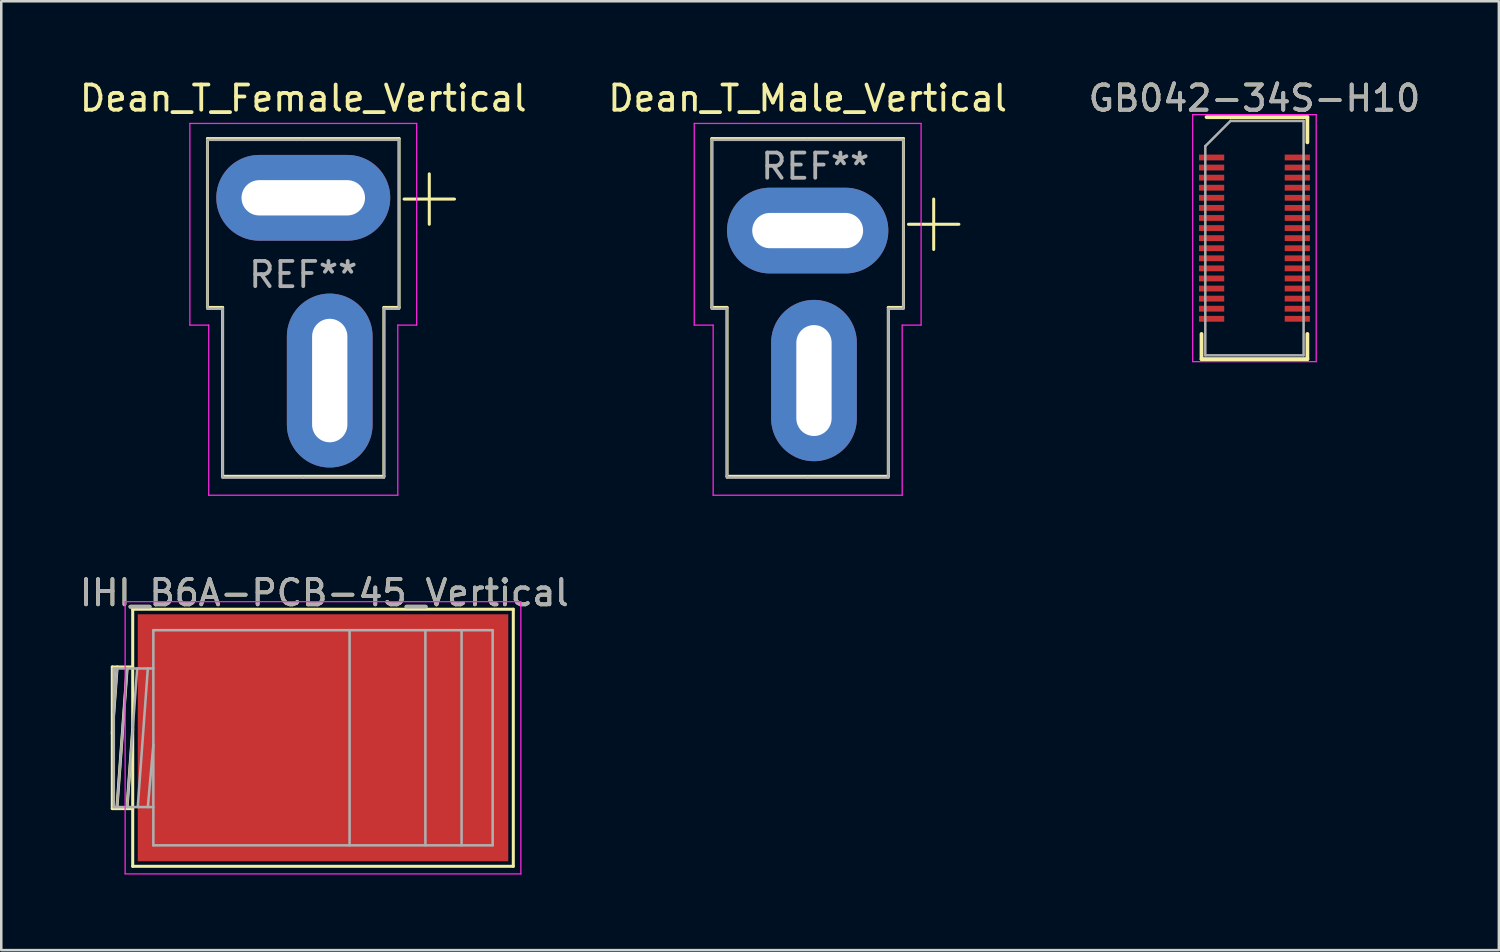
<source format=kicad_pcb>
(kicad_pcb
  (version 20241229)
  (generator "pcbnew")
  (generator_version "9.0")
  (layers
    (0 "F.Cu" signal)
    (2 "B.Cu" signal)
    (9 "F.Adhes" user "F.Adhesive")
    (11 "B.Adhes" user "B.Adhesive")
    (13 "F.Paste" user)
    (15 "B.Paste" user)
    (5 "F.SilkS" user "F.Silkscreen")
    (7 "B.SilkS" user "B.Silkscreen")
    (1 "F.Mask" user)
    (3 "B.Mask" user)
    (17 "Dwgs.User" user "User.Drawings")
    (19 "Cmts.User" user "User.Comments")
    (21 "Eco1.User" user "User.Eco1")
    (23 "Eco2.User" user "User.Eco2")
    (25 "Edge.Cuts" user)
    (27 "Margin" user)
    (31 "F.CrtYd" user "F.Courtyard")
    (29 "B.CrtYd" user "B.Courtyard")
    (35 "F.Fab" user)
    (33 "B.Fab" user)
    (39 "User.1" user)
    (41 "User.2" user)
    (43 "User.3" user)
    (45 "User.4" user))
  (footprint "Dean_T_Female_Vertical"
    (layer "F.Cu")
    (at 8.982 8.348)
    (property "Reference" "Dean_T_Female_Vertical" (at 0 -7.5 0) (layer "F.SilkS") (effects (font (size 1 1) (thickness 0.15))))
    (attr through_hole)
    (fp_line (start -3.8 -5.9) (end 3.8 -5.9) (stroke (width 0.12) (type solid)) (layer "F.SilkS"))
    (fp_line (start -3.8 0.8) (end -3.8 -5.9) (stroke (width 0.12) (type solid)) (layer "F.SilkS"))
    (fp_line (start -3.2 0.8) (end -3.8 0.8) (stroke (width 0.12) (type solid)) (layer "F.SilkS"))
    (fp_line (start -3.2 7.5) (end -3.2 0.8) (stroke (width 0.12) (type solid)) (layer "F.SilkS"))
    (fp_line (start 3.2 0.8) (end 3.2 7.5) (stroke (width 0.12) (type solid)) (layer "F.SilkS"))
    (fp_line (start 3.2 0.8) (end 3.8 0.8) (stroke (width 0.12) (type solid)) (layer "F.SilkS"))
    (fp_line (start 3.2 7.5) (end -3.2 7.5) (stroke (width 0.12) (type solid)) (layer "F.SilkS"))
    (fp_line (start 3.8 -5.9) (end 3.8 0.8) (stroke (width 0.12) (type solid)) (layer "F.SilkS"))
    (fp_line (start 4 -3.5) (end 6 -3.5) (stroke (width 0.12) (type solid)) (layer "F.SilkS"))
    (fp_line (start 5 -4.5) (end 5 -2.5) (stroke (width 0.12) (type solid)) (layer "F.SilkS"))
    (fp_line (start -4.5 -6.5) (end -4.5 1.5) (stroke (width 0.05) (type solid)) (layer "F.CrtYd"))
    (fp_line (start -4.5 1.5) (end -3.75 1.5) (stroke (width 0.05) (type solid)) (layer "F.CrtYd"))
    (fp_line (start -3.75 1.5) (end -3.75 8.25) (stroke (width 0.05) (type solid)) (layer "F.CrtYd"))
    (fp_line (start -3.75 8.25) (end 3.75 8.25) (stroke (width 0.05) (type solid)) (layer "F.CrtYd"))
    (fp_line (start 3.75 1.5) (end 4.5 1.5) (stroke (width 0.05) (type solid)) (layer "F.CrtYd"))
    (fp_line (start 3.75 8.25) (end 3.75 1.5) (stroke (width 0.05) (type solid)) (layer "F.CrtYd"))
    (fp_line (start 4.5 -6.5) (end -4.5 -6.5) (stroke (width 0.05) (type solid)) (layer "F.CrtYd"))
    (fp_line (start 4.5 1.5) (end 4.5 -6.5) (stroke (width 0.05) (type solid)) (layer "F.CrtYd"))
    (fp_line (start -3.8 -5.85) (end 0 -5.85) (stroke (width 0.1) (type solid)) (layer "F.Fab"))
    (fp_line (start -3.8 0.85) (end -3.8 -5.85) (stroke (width 0.1) (type solid)) (layer "F.Fab"))
    (fp_line (start -3.2 0.85) (end -3.8 0.85) (stroke (width 0.1) (type solid)) (layer "F.Fab"))
    (fp_line (start -3.2 7.55) (end -3.2 0.85) (stroke (width 0.1) (type solid)) (layer "F.Fab"))
    (fp_line (start 0 7.55) (end -3.2 7.55) (stroke (width 0.1) (type solid)) (layer "F.Fab"))
    (fp_line (start 0 7.55) (end 3.2 7.55) (stroke (width 0.1) (type solid)) (layer "F.Fab"))
    (fp_line (start 3.2 0.85) (end 3.8 0.85) (stroke (width 0.1) (type solid)) (layer "F.Fab"))
    (fp_line (start 3.2 7.55) (end 3.2 0.85) (stroke (width 0.1) (type solid)) (layer "F.Fab"))
    (fp_line (start 3.8 -5.85) (end 0 -5.85) (stroke (width 0.1) (type solid)) (layer "F.Fab"))
    (fp_line (start 3.8 0.85) (end 3.8 -5.85) (stroke (width 0.1) (type solid)) (layer "F.Fab"))
    (fp_text user "REF**" (at 0 -0.5 0) (layer "F.Fab") (effects (font (size 1 1) (thickness 0.15))))
    (pad "1" thru_hole oval (at 1.05 3.7) (size 3.4 6.9) (drill oval 1.4 4.9) (layers "*.Cu" "*.Mask"))
    (pad "2" thru_hole oval (at 0 -3.55) (size 6.9 3.4) (drill oval 4.9 1.4) (layers "*.Cu" "*.Mask")))
  (footprint "IHI_B6A-PCB-45_Vertical"
    (layer "F.Cu")
    (at 9.765 26.221)
    (property "Reference" "IHI_B6A-PCB-45_Vertical" (at 0.05 -5.75 0) (layer "F.SilkS") (effects (font (size 1 1) (thickness 0.15))))
    (attr smd)
    (fp_line (start -8.36 -2.81) (end -7.55 -2.81) (stroke (width 0.12) (type solid)) (layer "F.SilkS"))
    (fp_line (start -8.36 -0.175) (end -8.168 -2.81) (stroke (width 0.12) (type solid)) (layer "F.SilkS"))
    (fp_line (start -8.36 2.81) (end -8.36 -2.81) (stroke (width 0.12) (type solid)) (layer "F.SilkS"))
    (fp_line (start -7.773 -2.75) (end -8.173 2.75) (stroke (width 0.12) (type solid)) (layer "F.SilkS"))
    (fp_line (start -7.773 2.75) (end -7.55 -0.35) (stroke (width 0.12) (type solid)) (layer "F.SilkS"))
    (fp_line (start -7.55 -5.1) (end 7.55 -5.1) (stroke (width 0.12) (type solid)) (layer "F.SilkS"))
    (fp_line (start -7.55 2.81) (end -8.36 2.81) (stroke (width 0.12) (type solid)) (layer "F.SilkS"))
    (fp_line (start -7.55 5.1) (end -7.55 -5.1) (stroke (width 0.12) (type solid)) (layer "F.SilkS"))
    (fp_line (start 7.55 -5.1) (end 7.55 5.1) (stroke (width 0.12) (type solid)) (layer "F.SilkS"))
    (fp_line (start 7.55 5.1) (end -7.55 5.1) (stroke (width 0.12) (type solid)) (layer "F.SilkS"))
    (fp_line (start -7.85 -5.4) (end 7.85 -5.4) (stroke (width 0.05) (type solid)) (layer "F.CrtYd"))
    (fp_line (start -7.85 5.4) (end -7.85 -5.4) (stroke (width 0.05) (type solid)) (layer "F.CrtYd"))
    (fp_line (start 7.85 -5.4) (end 7.85 5.4) (stroke (width 0.05) (type solid)) (layer "F.CrtYd"))
    (fp_line (start 7.85 5.4) (end -7.85 5.4) (stroke (width 0.05) (type solid)) (layer "F.CrtYd"))
    (fp_line (start -8.3 -2.75) (end -6.731 -2.75) (stroke (width 0.1) (type solid)) (layer "F.Fab"))
    (fp_line (start -8.3 -1) (end -8.173 -2.75) (stroke (width 0.1) (type solid)) (layer "F.Fab"))
    (fp_line (start -8.3 2.75) (end -8.3 -2.75) (stroke (width 0.1) (type solid)) (layer "F.Fab"))
    (fp_line (start -7.773 -2.75) (end -8.173 2.75) (stroke (width 0.1) (type solid)) (layer "F.Fab"))
    (fp_line (start -7.773 2.75) (end -7.373 -2.75) (stroke (width 0.1) (type solid)) (layer "F.Fab"))
    (fp_line (start -7.35 2.75) (end -6.95 -2.75) (stroke (width 0.1) (type solid)) (layer "F.Fab"))
    (fp_line (start -6.95 2.75) (end -6.73 0.275) (stroke (width 0.1) (type solid)) (layer "F.Fab"))
    (fp_line (start -6.731 2.75) (end -8.3 2.75) (stroke (width 0.1) (type solid)) (layer "F.Fab"))
    (fp_line (start -6.731 4.267) (end -6.731 -4.267) (stroke (width 0.1) (type solid)) (layer "F.Fab"))
    (fp_line (start -6.731 4.267) (end 6.731 4.267) (stroke (width 0.1) (type solid)) (layer "F.Fab"))
    (fp_line (start 1.054 -4.267) (end 1.054 4.267) (stroke (width 0.1) (type solid)) (layer "F.Fab"))
    (fp_line (start 4.062 -4.267) (end 4.062 4.267) (stroke (width 0.1) (type solid)) (layer "F.Fab"))
    (fp_line (start 5.498 -4.267) (end 5.498 4.267) (stroke (width 0.1) (type solid)) (layer "F.Fab"))
    (fp_line (start 6.731 -4.267) (end -6.731 -4.267) (stroke (width 0.1) (type solid)) (layer "F.Fab"))
    (fp_line (start 6.731 -4.267) (end 6.731 4.267) (stroke (width 0.1) (type solid)) (layer "F.Fab"))
    (fp_text user "${REFERENCE}" (at 0.05 -5.75 0) (layer "F.Fab") (effects (font (size 1 1) (thickness 0.15))))
    (pad "" smd rect (at -6.05 -3.85 180) (size 1.3 0.8) (layers "F.Paste"))
    (pad "" smd rect (at -6.05 -2.75 180) (size 1.3 0.8) (layers "F.Paste"))
    (pad "" smd rect (at -6.05 -1.65 180) (size 1.3 0.8) (layers "F.Paste"))
    (pad "" smd rect (at -6.05 -0.55 180) (size 1.3 0.8) (layers "F.Paste"))
    (pad "" smd rect (at -6.05 0.55 180) (size 1.3 0.8) (layers "F.Paste"))
    (pad "" smd rect (at -6.05 1.65 180) (size 1.3 0.8) (layers "F.Paste"))
    (pad "" smd rect (at -6.05 2.75 180) (size 1.3 0.8) (layers "F.Paste"))
    (pad "" smd rect (at -6.05 3.85 180) (size 1.3 0.8) (layers "F.Paste"))
    (pad "" smd rect (at -4.45 -3.85 180) (size 1.3 0.8) (layers "F.Paste"))
    (pad "" smd rect (at -4.45 -2.75 180) (size 1.3 0.8) (layers "F.Paste"))
    (pad "" smd rect (at -4.45 -1.65 180) (size 1.3 0.8) (layers "F.Paste"))
    (pad "" smd rect (at -4.45 -0.55 180) (size 1.3 0.8) (layers "F.Paste"))
    (pad "" smd rect (at -4.45 0.55 180) (size 1.3 0.8) (layers "F.Paste"))
    (pad "" smd rect (at -4.45 1.65 180) (size 1.3 0.8) (layers "F.Paste"))
    (pad "" smd rect (at -4.45 2.75 180) (size 1.3 0.8) (layers "F.Paste"))
    (pad "" smd rect (at -4.45 3.85 180) (size 1.3 0.8) (layers "F.Paste"))
    (pad "" smd rect (at -2.85 -3.85 180) (size 1.3 0.8) (layers "F.Paste"))
    (pad "" smd rect (at -2.85 -2.75 180) (size 1.3 0.8) (layers "F.Paste"))
    (pad "" smd rect (at -2.85 -1.65 180) (size 1.3 0.8) (layers "F.Paste"))
    (pad "" smd rect (at -2.85 -0.55 180) (size 1.3 0.8) (layers "F.Paste"))
    (pad "" smd rect (at -2.85 0.55 180) (size 1.3 0.8) (layers "F.Paste"))
    (pad "" smd rect (at -2.85 1.65 180) (size 1.3 0.8) (layers "F.Paste"))
    (pad "" smd rect (at -2.85 2.75 180) (size 1.3 0.8) (layers "F.Paste"))
    (pad "" smd rect (at -2.85 3.85 180) (size 1.3 0.8) (layers "F.Paste"))
    (pad "" smd rect (at -1.25 -3.85 180) (size 1.3 0.8) (layers "F.Paste"))
    (pad "" smd rect (at -1.25 -2.75 180) (size 1.3 0.8) (layers "F.Paste"))
    (pad "" smd rect (at -1.25 -1.65 180) (size 1.3 0.8) (layers "F.Paste"))
    (pad "" smd rect (at -1.25 -0.55 180) (size 1.3 0.8) (layers "F.Paste"))
    (pad "" smd rect (at -1.25 0.55 180) (size 1.3 0.8) (layers "F.Paste"))
    (pad "" smd rect (at -1.25 1.65 180) (size 1.3 0.8) (layers "F.Paste"))
    (pad "" smd rect (at -1.25 2.75 180) (size 1.3 0.8) (layers "F.Paste"))
    (pad "" smd rect (at -1.25 3.85 180) (size 1.3 0.8) (layers "F.Paste"))
    (pad "" smd rect (at 0.35 -3.85 180) (size 1.3 0.8) (layers "F.Paste"))
    (pad "" smd rect (at 0.35 -2.75 180) (size 1.3 0.8) (layers "F.Paste"))
    (pad "" smd rect (at 0.35 -1.65 180) (size 1.3 0.8) (layers "F.Paste"))
    (pad "" smd rect (at 0.35 -0.55 180) (size 1.3 0.8) (layers "F.Paste"))
    (pad "" smd rect (at 0.35 0.55 180) (size 1.3 0.8) (layers "F.Paste"))
    (pad "" smd rect (at 0.35 1.65 180) (size 1.3 0.8) (layers "F.Paste"))
    (pad "" smd rect (at 0.35 2.75 180) (size 1.3 0.8) (layers "F.Paste"))
    (pad "" smd rect (at 0.35 3.85 180) (size 1.3 0.8) (layers "F.Paste"))
    (pad "" smd rect (at 4.78 -3.85 180) (size 1.3 0.8) (layers "F.Paste"))
    (pad "" smd rect (at 4.78 -2.75 180) (size 1.3 0.8) (layers "F.Paste"))
    (pad "" smd rect (at 4.78 -1.65 180) (size 1.3 0.8) (layers "F.Paste"))
    (pad "" smd rect (at 4.78 -0.55 180) (size 1.3 0.8) (layers "F.Paste"))
    (pad "" smd rect (at 4.78 0.55 180) (size 1.3 0.8) (layers "F.Paste"))
    (pad "" smd rect (at 4.78 1.65 180) (size 1.3 0.8) (layers "F.Paste"))
    (pad "" smd rect (at 4.78 2.75 180) (size 1.3 0.8) (layers "F.Paste"))
    (pad "" smd rect (at 4.78 3.85 180) (size 1.3 0.8) (layers "F.Paste"))
    (pad "1" smd rect (at 0 0 180) (size 14.7 9.8) (layers "F.Cu" "F.Mask")))
  (footprint "GB042-34S-H10"
    (layer "F.Cu")
    (at 46.72 6.398)
    (property "Reference" "GB042-34S-H10" (at 0 -5.55 0) (layer "F.SilkS") (effects (font (size 1 1) (thickness 0.15))))
    (attr smd)
    (fp_line (start -2.1 4.8) (end -2.1 3.8) (stroke (width 0.15) (type solid)) (layer "F.SilkS"))
    (fp_line (start -1.9 -4.8) (end 2.1 -4.8) (stroke (width 0.15) (type solid)) (layer "F.SilkS"))
    (fp_line (start 2.1 -4.8) (end 2.1 -3.8) (stroke (width 0.15) (type solid)) (layer "F.SilkS"))
    (fp_line (start 2.1 4.8) (end -2.1 4.8) (stroke (width 0.15) (type solid)) (layer "F.SilkS"))
    (fp_line (start 2.1 4.8) (end 2.1 3.8) (stroke (width 0.15) (type solid)) (layer "F.SilkS"))
    (fp_line (start -2.45 -4.9) (end 2.45 -4.9) (stroke (width 0.05) (type solid)) (layer "F.CrtYd"))
    (fp_line (start -2.45 4.9) (end -2.45 -4.9) (stroke (width 0.05) (type solid)) (layer "F.CrtYd"))
    (fp_line (start 2.45 -4.9) (end 2.45 4.9) (stroke (width 0.05) (type solid)) (layer "F.CrtYd"))
    (fp_line (start 2.45 4.9) (end -2.45 4.9) (stroke (width 0.05) (type solid)) (layer "F.CrtYd"))
    (fp_line (start -1.95 -3.65) (end -0.95 -4.65) (stroke (width 0.1) (type solid)) (layer "F.Fab"))
    (fp_line (start -1.95 4.65) (end -1.95 -3.65) (stroke (width 0.1) (type solid)) (layer "F.Fab"))
    (fp_line (start -0.95 -4.65) (end 1.95 -4.65) (stroke (width 0.1) (type solid)) (layer "F.Fab"))
    (fp_line (start 1.95 -4.65) (end 1.95 4.65) (stroke (width 0.1) (type solid)) (layer "F.Fab"))
    (fp_line (start 1.95 4.65) (end -1.95 4.65) (stroke (width 0.1) (type solid)) (layer "F.Fab"))
    (fp_text user "${REFERENCE}" (at 0 -5.55 0) (layer "F.Fab") (effects (font (size 1 1) (thickness 0.15))))
    (pad "1" smd rect (at -1.7 -3.2 270) (size 0.23 1) (layers "F.Cu" "F.Mask" "F.Paste"))
    (pad "2" smd rect (at -1.7 -2.8 270) (size 0.23 1) (layers "F.Cu" "F.Mask" "F.Paste"))
    (pad "3" smd rect (at -1.7 -2.4 270) (size 0.23 1) (layers "F.Cu" "F.Mask" "F.Paste"))
    (pad "4" smd rect (at -1.7 -2 270) (size 0.23 1) (layers "F.Cu" "F.Mask" "F.Paste"))
    (pad "5" smd rect (at -1.7 -1.6 270) (size 0.23 1) (layers "F.Cu" "F.Mask" "F.Paste"))
    (pad "6" smd rect (at -1.7 -1.2 270) (size 0.23 1) (layers "F.Cu" "F.Mask" "F.Paste"))
    (pad "7" smd rect (at -1.7 -0.8 270) (size 0.23 1) (layers "F.Cu" "F.Mask" "F.Paste"))
    (pad "8" smd rect (at -1.7 -0.4 270) (size 0.23 1) (layers "F.Cu" "F.Mask" "F.Paste"))
    (pad "9" smd rect (at -1.7 0 270) (size 0.23 1) (layers "F.Cu" "F.Mask" "F.Paste"))
    (pad "10" smd rect (at -1.7 0.4 270) (size 0.23 1) (layers "F.Cu" "F.Mask" "F.Paste"))
    (pad "11" smd rect (at -1.7 0.8 270) (size 0.23 1) (layers "F.Cu" "F.Mask" "F.Paste"))
    (pad "12" smd rect (at -1.7 1.2 270) (size 0.23 1) (layers "F.Cu" "F.Mask" "F.Paste"))
    (pad "13" smd rect (at -1.7 1.6 270) (size 0.23 1) (layers "F.Cu" "F.Mask" "F.Paste"))
    (pad "14" smd rect (at -1.7 2 270) (size 0.23 1) (layers "F.Cu" "F.Mask" "F.Paste"))
    (pad "15" smd rect (at -1.7 2.4 270) (size 0.23 1) (layers "F.Cu" "F.Mask" "F.Paste"))
    (pad "16" smd rect (at -1.7 2.8 270) (size 0.23 1) (layers "F.Cu" "F.Mask" "F.Paste"))
    (pad "17" smd rect (at -1.7 3.2 270) (size 0.23 1) (layers "F.Cu" "F.Mask" "F.Paste"))
    (pad "18" smd rect (at 1.7 3.2 270) (size 0.23 1) (layers "F.Cu" "F.Mask" "F.Paste"))
    (pad "19" smd rect (at 1.7 2.8 270) (size 0.23 1) (layers "F.Cu" "F.Mask" "F.Paste"))
    (pad "20" smd rect (at 1.7 2.4 270) (size 0.23 1) (layers "F.Cu" "F.Mask" "F.Paste"))
    (pad "21" smd rect (at 1.7 2 270) (size 0.23 1) (layers "F.Cu" "F.Mask" "F.Paste"))
    (pad "22" smd rect (at 1.7 1.6 270) (size 0.23 1) (layers "F.Cu" "F.Mask" "F.Paste"))
    (pad "23" smd rect (at 1.7 1.2 270) (size 0.23 1) (layers "F.Cu" "F.Mask" "F.Paste"))
    (pad "24" smd rect (at 1.7 0.8 270) (size 0.23 1) (layers "F.Cu" "F.Mask" "F.Paste"))
    (pad "25" smd rect (at 1.7 0.4 270) (size 0.23 1) (layers "F.Cu" "F.Mask" "F.Paste"))
    (pad "26" smd rect (at 1.7 0 270) (size 0.23 1) (layers "F.Cu" "F.Mask" "F.Paste"))
    (pad "27" smd rect (at 1.7 -0.4 270) (size 0.23 1) (layers "F.Cu" "F.Mask" "F.Paste"))
    (pad "28" smd rect (at 1.7 -0.8 270) (size 0.23 1) (layers "F.Cu" "F.Mask" "F.Paste"))
    (pad "29" smd rect (at 1.7 -1.2 270) (size 0.23 1) (layers "F.Cu" "F.Mask" "F.Paste"))
    (pad "30" smd rect (at 1.7 -1.6 270) (size 0.23 1) (layers "F.Cu" "F.Mask" "F.Paste"))
    (pad "31" smd rect (at 1.7 -2 270) (size 0.23 1) (layers "F.Cu" "F.Mask" "F.Paste"))
    (pad "32" smd rect (at 1.7 -2.4 270) (size 0.23 1) (layers "F.Cu" "F.Mask" "F.Paste"))
    (pad "33" smd rect (at 1.7 -2.8 270) (size 0.23 1) (layers "F.Cu" "F.Mask" "F.Paste"))
    (pad "34" smd rect (at 1.7 -3.2 270) (size 0.23 1) (layers "F.Cu" "F.Mask" "F.Paste")))
  (footprint "Dean_T_Male_Vertical"
    (layer "F.Cu")
    (at 28.994 8.348)
    (property "Reference" "Dean_T_Male_Vertical" (at 0 -7.5 0) (layer "F.SilkS") (effects (font (size 1 1) (thickness 0.15))))
    (attr through_hole)
    (fp_line (start -3.8 -5.9) (end -3.8 0.8) (stroke (width 0.12) (type solid)) (layer "F.SilkS"))
    (fp_line (start -3.2 0.8) (end -3.8 0.8) (stroke (width 0.12) (type solid)) (layer "F.SilkS"))
    (fp_line (start -3.2 0.8) (end -3.2 7.5) (stroke (width 0.12) (type solid)) (layer "F.SilkS"))
    (fp_line (start -3.2 7.5) (end 3.2 7.5) (stroke (width 0.12) (type solid)) (layer "F.SilkS"))
    (fp_line (start 3.2 0.8) (end 3.8 0.8) (stroke (width 0.12) (type solid)) (layer "F.SilkS"))
    (fp_line (start 3.2 7.5) (end 3.2 0.8) (stroke (width 0.12) (type solid)) (layer "F.SilkS"))
    (fp_line (start 3.8 -5.9) (end -3.8 -5.9) (stroke (width 0.12) (type solid)) (layer "F.SilkS"))
    (fp_line (start 3.8 0.8) (end 3.8 -5.9) (stroke (width 0.12) (type solid)) (layer "F.SilkS"))
    (fp_line (start 4 -2.5) (end 6 -2.5) (stroke (width 0.12) (type solid)) (layer "F.SilkS"))
    (fp_line (start 5 -3.5) (end 5 -1.5) (stroke (width 0.12) (type solid)) (layer "F.SilkS"))
    (fp_line (start -4.5 -6.5) (end -4.5 1.5) (stroke (width 0.05) (type solid)) (layer "F.CrtYd"))
    (fp_line (start -4.5 1.5) (end -3.75 1.5) (stroke (width 0.05) (type solid)) (layer "F.CrtYd"))
    (fp_line (start -3.75 1.5) (end -3.75 8.25) (stroke (width 0.05) (type solid)) (layer "F.CrtYd"))
    (fp_line (start -3.75 8.25) (end 3.75 8.25) (stroke (width 0.05) (type solid)) (layer "F.CrtYd"))
    (fp_line (start 3.75 1.5) (end 4.5 1.5) (stroke (width 0.05) (type solid)) (layer "F.CrtYd"))
    (fp_line (start 3.75 8.25) (end 3.75 1.5) (stroke (width 0.05) (type solid)) (layer "F.CrtYd"))
    (fp_line (start 4.5 -6.5) (end -4.5 -6.5) (stroke (width 0.05) (type solid)) (layer "F.CrtYd"))
    (fp_line (start 4.5 1.5) (end 4.5 -6.5) (stroke (width 0.05) (type solid)) (layer "F.CrtYd"))
    (fp_line (start -3.8 -5.85) (end 0 -5.85) (stroke (width 0.1) (type solid)) (layer "F.Fab"))
    (fp_line (start -3.8 0.85) (end -3.8 -5.85) (stroke (width 0.1) (type solid)) (layer "F.Fab"))
    (fp_line (start -3.2 0.85) (end -3.8 0.85) (stroke (width 0.1) (type solid)) (layer "F.Fab"))
    (fp_line (start -3.2 7.55) (end -3.2 0.85) (stroke (width 0.1) (type solid)) (layer "F.Fab"))
    (fp_line (start 0 7.55) (end -3.2 7.55) (stroke (width 0.1) (type solid)) (layer "F.Fab"))
    (fp_line (start 0 7.55) (end 3.2 7.55) (stroke (width 0.1) (type solid)) (layer "F.Fab"))
    (fp_line (start 3.2 0.85) (end 3.8 0.85) (stroke (width 0.1) (type solid)) (layer "F.Fab"))
    (fp_line (start 3.2 7.55) (end 3.2 0.85) (stroke (width 0.1) (type solid)) (layer "F.Fab"))
    (fp_line (start 3.8 -5.85) (end 0 -5.85) (stroke (width 0.1) (type solid)) (layer "F.Fab"))
    (fp_line (start 3.8 0.85) (end 3.8 -5.85) (stroke (width 0.1) (type solid)) (layer "F.Fab"))
    (fp_text user "REF**" (at 0.3 -4.8 0) (layer "F.Fab") (effects (font (size 1 1) (thickness 0.15))))
    (pad "1" thru_hole oval (at 0.25 3.7) (size 3.4 6.4) (drill oval 1.4 4.4) (layers "*.Cu" "*.Mask"))
    (pad "2" thru_hole oval (at 0 -2.25) (size 6.4 3.4) (drill oval 4.4 1.4) (layers "*.Cu" "*.Mask")))
  (gr_rect
    (start -3 -3)
    (end 56.417 34.647)
    (stroke (width 0.1) (type default))
    (fill no)
    (layer "Edge.Cuts")))
</source>
